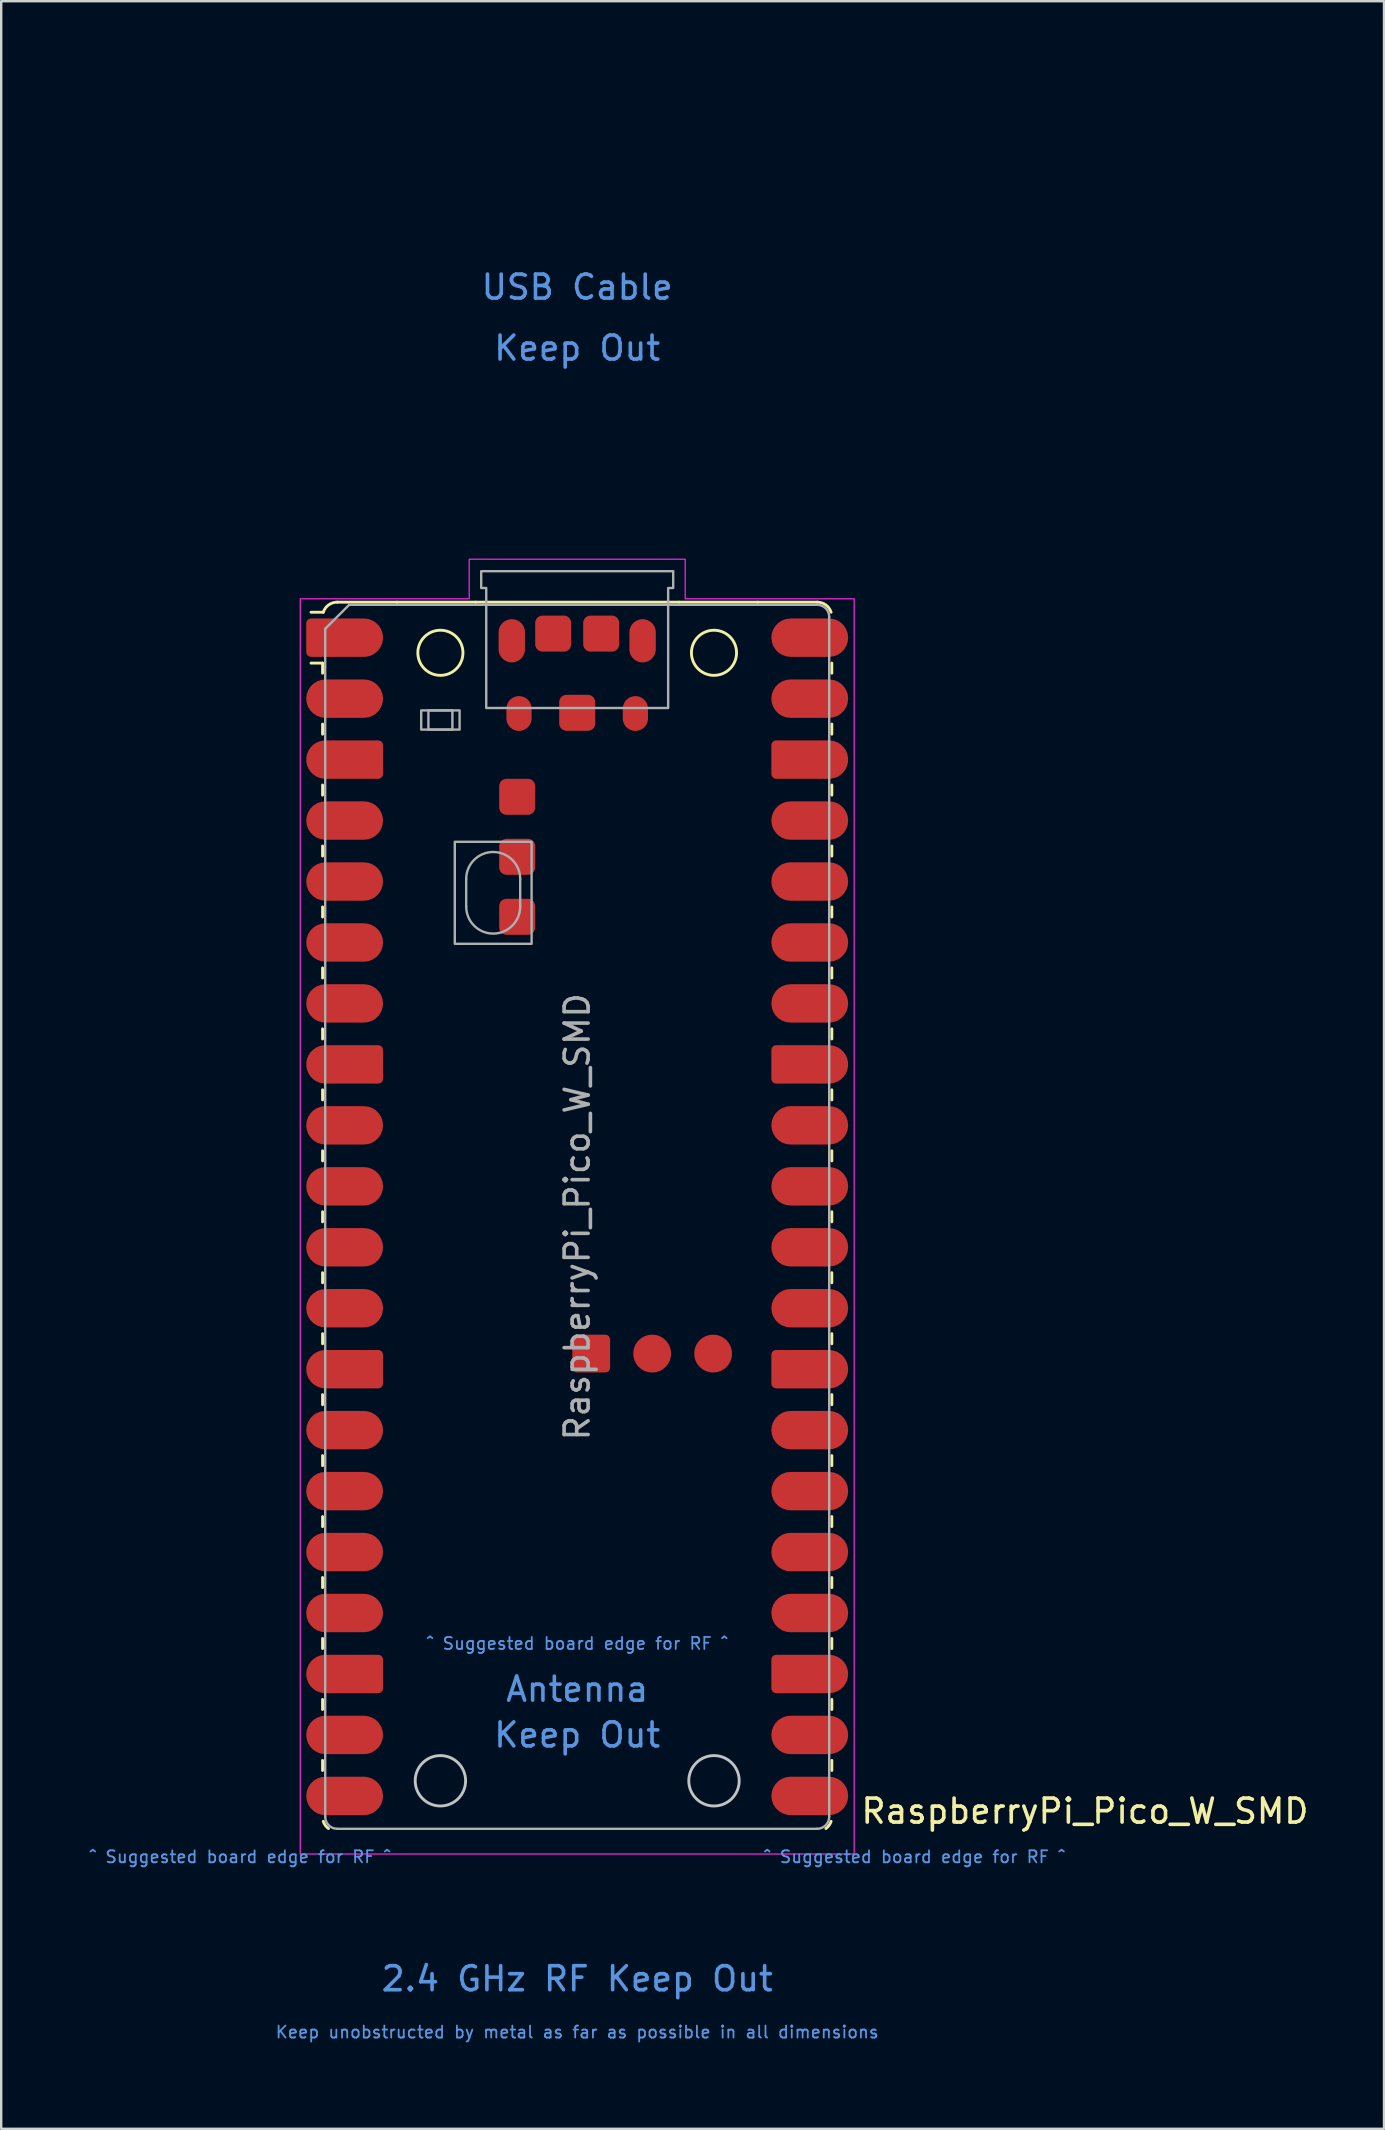
<source format=kicad_pcb>
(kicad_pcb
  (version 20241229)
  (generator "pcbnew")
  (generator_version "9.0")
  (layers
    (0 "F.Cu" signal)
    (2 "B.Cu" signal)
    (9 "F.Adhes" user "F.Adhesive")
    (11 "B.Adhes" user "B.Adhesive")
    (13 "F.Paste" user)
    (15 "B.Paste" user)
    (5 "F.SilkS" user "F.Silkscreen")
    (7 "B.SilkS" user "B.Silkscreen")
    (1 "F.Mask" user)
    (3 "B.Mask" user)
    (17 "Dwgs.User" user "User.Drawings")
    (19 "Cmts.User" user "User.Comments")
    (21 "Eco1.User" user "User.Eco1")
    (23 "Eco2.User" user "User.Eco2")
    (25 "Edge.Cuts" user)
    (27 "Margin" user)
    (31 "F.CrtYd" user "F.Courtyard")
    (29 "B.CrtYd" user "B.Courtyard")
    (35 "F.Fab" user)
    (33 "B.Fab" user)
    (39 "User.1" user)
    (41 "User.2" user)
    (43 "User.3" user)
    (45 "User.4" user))
  (footprint "RaspberryPi_Pico_W_SMD"
    (layer "F.Cu")
    (at 21 47.65)
    (property "Reference" "RaspberryPi_Pico_W_SMD" (at 11.748 24.765 0) (unlocked yes) (layer "F.SilkS") (effects (font (size 1 1) (thickness 0.15)) (justify left)))
    (attr smd)
    (fp_line (start -10.61 -23.07) (end -11.09 -23.07) (stroke (width 0.12) (type solid)) (layer "F.SilkS"))
    (fp_line (start -10.61 -23.07) (end -10.61 -22.65) (stroke (width 0.12) (type solid)) (layer "F.SilkS"))
    (fp_line (start -10.61 -20.53) (end -10.61 -20.11) (stroke (width 0.12) (type solid)) (layer "F.SilkS"))
    (fp_line (start -10.61 -17.99) (end -10.61 -17.57) (stroke (width 0.12) (type solid)) (layer "F.SilkS"))
    (fp_line (start -10.61 -15.45) (end -10.61 -15.03) (stroke (width 0.12) (type solid)) (layer "F.SilkS"))
    (fp_line (start -10.61 -12.91) (end -10.61 -12.49) (stroke (width 0.12) (type solid)) (layer "F.SilkS"))
    (fp_line (start -10.61 -10.37) (end -10.61 -9.95) (stroke (width 0.12) (type solid)) (layer "F.SilkS"))
    (fp_line (start -10.61 -7.83) (end -10.61 -7.41) (stroke (width 0.12) (type solid)) (layer "F.SilkS"))
    (fp_line (start -10.61 -5.29) (end -10.61 -4.87) (stroke (width 0.12) (type solid)) (layer "F.SilkS"))
    (fp_line (start -10.61 -2.75) (end -10.61 -2.33) (stroke (width 0.12) (type solid)) (layer "F.SilkS"))
    (fp_line (start -10.61 -0.21) (end -10.61 0.21) (stroke (width 0.12) (type solid)) (layer "F.SilkS"))
    (fp_line (start -10.61 2.33) (end -10.61 2.75) (stroke (width 0.12) (type solid)) (layer "F.SilkS"))
    (fp_line (start -10.61 4.87) (end -10.61 5.29) (stroke (width 0.12) (type solid)) (layer "F.SilkS"))
    (fp_line (start -10.61 7.41) (end -10.61 7.83) (stroke (width 0.12) (type solid)) (layer "F.SilkS"))
    (fp_line (start -10.61 9.95) (end -10.61 10.37) (stroke (width 0.12) (type solid)) (layer "F.SilkS"))
    (fp_line (start -10.61 12.49) (end -10.61 12.91) (stroke (width 0.12) (type solid)) (layer "F.SilkS"))
    (fp_line (start -10.61 15.03) (end -10.61 15.45) (stroke (width 0.12) (type solid)) (layer "F.SilkS"))
    (fp_line (start -10.61 17.57) (end -10.61 17.99) (stroke (width 0.12) (type solid)) (layer "F.SilkS"))
    (fp_line (start -10.61 20.11) (end -10.61 20.53) (stroke (width 0.12) (type solid)) (layer "F.SilkS"))
    (fp_line (start -10.61 22.65) (end -10.61 23.07) (stroke (width 0.12) (type solid)) (layer "F.SilkS"))
    (fp_line (start -10.58 -25.19) (end -11.09 -25.19) (stroke (width 0.12) (type solid)) (layer "F.SilkS"))
    (fp_line (start -10 -25.61) (end -7.51 -25.61) (stroke (width 0.12) (type solid)) (layer "F.SilkS"))
    (fp_line (start -7.51 -25.61) (end -4.235 -25.61) (stroke (width 0.12) (type solid)) (layer "F.SilkS"))
    (fp_line (start -4.235 -25.61) (end 4.235 -25.61) (stroke (width 0.12) (type solid)) (layer "F.SilkS"))
    (fp_line (start 4.235 -25.61) (end 7.51 -25.61) (stroke (width 0.12) (type solid)) (layer "F.SilkS"))
    (fp_line (start 10 -25.61) (end 7.51 -25.61) (stroke (width 0.12) (type solid)) (layer "F.SilkS"))
    (fp_line (start 10.61 -23.07) (end 10.61 -22.65) (stroke (width 0.12) (type solid)) (layer "F.SilkS"))
    (fp_line (start 10.61 -20.53) (end 10.61 -20.11) (stroke (width 0.12) (type solid)) (layer "F.SilkS"))
    (fp_line (start 10.61 -17.99) (end 10.61 -17.57) (stroke (width 0.12) (type solid)) (layer "F.SilkS"))
    (fp_line (start 10.61 -15.45) (end 10.61 -15.03) (stroke (width 0.12) (type solid)) (layer "F.SilkS"))
    (fp_line (start 10.61 -12.91) (end 10.61 -12.49) (stroke (width 0.12) (type solid)) (layer "F.SilkS"))
    (fp_line (start 10.61 -10.37) (end 10.61 -9.95) (stroke (width 0.12) (type solid)) (layer "F.SilkS"))
    (fp_line (start 10.61 -7.83) (end 10.61 -7.41) (stroke (width 0.12) (type solid)) (layer "F.SilkS"))
    (fp_line (start 10.61 -5.29) (end 10.61 -4.87) (stroke (width 0.12) (type solid)) (layer "F.SilkS"))
    (fp_line (start 10.61 -2.75) (end 10.61 -2.33) (stroke (width 0.12) (type solid)) (layer "F.SilkS"))
    (fp_line (start 10.61 -0.21) (end 10.61 0.21) (stroke (width 0.12) (type solid)) (layer "F.SilkS"))
    (fp_line (start 10.61 2.33) (end 10.61 2.75) (stroke (width 0.12) (type solid)) (layer "F.SilkS"))
    (fp_line (start 10.61 4.87) (end 10.61 5.29) (stroke (width 0.12) (type solid)) (layer "F.SilkS"))
    (fp_line (start 10.61 7.41) (end 10.61 7.83) (stroke (width 0.12) (type solid)) (layer "F.SilkS"))
    (fp_line (start 10.61 9.95) (end 10.61 10.37) (stroke (width 0.12) (type solid)) (layer "F.SilkS"))
    (fp_line (start 10.61 12.49) (end 10.61 12.91) (stroke (width 0.12) (type solid)) (layer "F.SilkS"))
    (fp_line (start 10.61 15.03) (end 10.61 15.45) (stroke (width 0.12) (type solid)) (layer "F.SilkS"))
    (fp_line (start 10.61 17.57) (end 10.61 17.99) (stroke (width 0.12) (type solid)) (layer "F.SilkS"))
    (fp_line (start 10.61 20.11) (end 10.61 20.53) (stroke (width 0.12) (type solid)) (layer "F.SilkS"))
    (fp_line (start 10.61 22.65) (end 10.61 23.07) (stroke (width 0.12) (type solid)) (layer "F.SilkS"))
    (fp_arc (start -10.579676 -25.19) (mid -10.357938 -25.493944) (end -10 -25.61) (stroke (width 0.12) (type solid)) (layer "F.SilkS"))
    (fp_arc (start -10.363318 25.49) (mid -10.494791 25.356765) (end -10.579676 25.189937) (stroke (width 0.12) (type solid)) (layer "F.SilkS"))
    (fp_arc (start 10 -25.61) (mid 10.357937 -25.493944) (end 10.579676 -25.189937) (stroke (width 0.12) (type solid)) (layer "F.SilkS"))
    (fp_arc (start 10.579676 25.189937) (mid 10.494803 25.356773) (end 10.363318 25.49) (stroke (width 0.12) (type solid)) (layer "F.SilkS"))
    (fp_circle (center -5.7 -23.5) (end -4.76 -23.5) (stroke (width 0.12) (type solid)) (fill no) (layer "F.SilkS"))
    (fp_circle (center 5.7 -23.5) (end 6.64 -23.5) (stroke (width 0.12) (type solid)) (fill no) (layer "F.SilkS"))
    (fp_circle (center -5.7 23.5) (end -4.65 23.5) (stroke (width 0.12) (type solid)) (fill no) (layer "Dwgs.User"))
    (fp_circle (center 5.7 23.5) (end 6.75 23.5) (stroke (width 0.12) (type solid)) (fill no) (layer "Dwgs.User"))
    (fp_poly (pts (xy -4.5 -27.4) (xy 4.5 -27.4) (xy 4.5 -25.75) (xy 11.54 -25.75) (xy 11.54 26.55) (xy -11.54 26.55) (xy -11.54 -25.75) (xy -4.5 -25.75)) (stroke (width 0.05) (type solid)) (fill no) (layer "F.CrtYd"))
    (fp_line (start -10.5 -24.5) (end -9.5 -25.5) (stroke (width 0.1) (type solid)) (layer "F.Fab"))
    (fp_line (start -10.5 25) (end -10.5 -24.5) (stroke (width 0.1) (type solid)) (layer "F.Fab"))
    (fp_line (start -9.5 -25.5) (end 10 -25.5) (stroke (width 0.1) (type solid)) (layer "F.Fab"))
    (fp_line (start -4.625 -14.075) (end -4.625 -12.925) (stroke (width 0.1) (type solid)) (layer "F.Fab"))
    (fp_line (start -2.375 -14.075) (end -2.375 -12.925) (stroke (width 0.1) (type solid)) (layer "F.Fab"))
    (fp_line (start 10 25.5) (end -10 25.5) (stroke (width 0.1) (type solid)) (layer "F.Fab"))
    (fp_line (start 10.5 -25) (end 10.5 25) (stroke (width 0.1) (type solid)) (layer "F.Fab"))
    (fp_rect (start -6.5 -21.1) (end -4.9 -20.3) (stroke (width 0.1) (type solid)) (fill no) (layer "F.Fab"))
    (fp_rect (start -6.2 -21.1) (end -5.2 -20.3) (stroke (width 0.1) (type solid)) (fill no) (layer "F.Fab"))
    (fp_rect (start -5.1 -15.625) (end -1.9 -11.375) (stroke (width 0.1) (type solid)) (fill no) (layer "F.Fab"))
    (fp_arc (start -10 25.5) (mid -10.353553 25.353553) (end -10.5 25) (stroke (width 0.1) (type solid)) (layer "F.Fab"))
    (fp_arc (start -4.625 -14.075) (mid -3.5 -15.2) (end -2.375 -14.075) (stroke (width 0.1) (type solid)) (layer "F.Fab"))
    (fp_arc (start -2.375 -12.925) (mid -3.5 -11.8) (end -4.625 -12.925) (stroke (width 0.1) (type solid)) (layer "F.Fab"))
    (fp_arc (start 10 -25.5) (mid 10.353553 -25.353553) (end 10.5 -25) (stroke (width 0.1) (type solid)) (layer "F.Fab"))
    (fp_arc (start 10.5 25) (mid 10.353553 25.353553) (end 10 25.5) (stroke (width 0.1) (type solid)) (layer "F.Fab"))
    (fp_poly (pts (xy 3.79 -21.2) (xy 3.79 -26.2) (xy 4 -26.2) (xy 4 -26.9) (xy -4 -26.9) (xy -4 -26.2) (xy -3.79 -26.2) (xy -3.79 -21.2)) (stroke (width 0.1) (type solid)) (fill no) (layer "F.Fab"))
    (fp_text user "USB Cable" (at 0 -38.735 0) (unlocked yes) (layer "Cmts.User") (effects (font (size 1 1) (thickness 0.15))))
    (fp_text user "Antenna" (at 0 19.685 0) (unlocked yes) (layer "Cmts.User") (effects (font (size 1 1) (thickness 0.15))))
    (fp_text user "^ Suggested board edge for RF ^" (at 0 17.78 0) (unlocked yes) (layer "Cmts.User") (effects (font (size 0.5 0.5) (thickness 0.075))))
    (fp_text user "^ Suggested board edge for RF ^" (at -14.05 26.67 0) (unlocked yes) (layer "Cmts.User") (effects (font (size 0.5 0.5) (thickness 0.075))))
    (fp_text user "2.4 GHz RF Keep Out" (at 0 31.75 0) (unlocked yes) (layer "Cmts.User") (effects (font (size 1 1) (thickness 0.15))))
    (fp_text user "Keep Out" (at 0 21.59 0) (unlocked yes) (layer "Cmts.User") (effects (font (size 1 1) (thickness 0.15))))
    (fp_text user "^ Suggested board edge for RF ^" (at 14.05 26.67 0) (unlocked yes) (layer "Cmts.User") (effects (font (size 0.5 0.5) (thickness 0.075))))
    (fp_text user "Keep unobstructed by metal as far as possible in all dimensions" (at 0 33.972 0) (unlocked yes) (layer "Cmts.User") (effects (font (size 0.5 0.5) (thickness 0.075))))
    (fp_text user "Keep Out" (at 0 -36.195 0) (unlocked yes) (layer "Cmts.User") (effects (font (size 1 1) (thickness 0.15))))
    (fp_text user "${REFERENCE}" (at 0 0 90) (layer "F.Fab") (effects (font (size 1 1) (thickness 0.15))))
    (pad "" smd oval (at -2.725 -24) (size 1.1 1.8) (layers "F.Cu" "F.Mask" "F.Paste"))
    (pad "" smd oval (at -2.425 -20.97) (size 1.05 1.45) (layers "F.Cu" "F.Mask" "F.Paste"))
    (pad "" smd oval (at 2.425 -20.97) (size 1.05 1.45) (layers "F.Cu" "F.Mask" "F.Paste"))
    (pad "" smd oval (at 2.725 -24) (size 1.1 1.8) (layers "F.Cu" "F.Mask" "F.Paste"))
    (pad "1" smd custom (at -8.89 -24.13) (size 1.6 1.6) (layers "F.Cu" "F.Mask" "F.Paste") (options (anchor circle)) (primitives (gr_poly (pts (xy -2.4 0.6) (xy -2.4 -0.6) (xy -2.2 -0.8) (xy 0 -0.8) (xy 0 0.8) (xy -2.2 0.8)) (width 0) (fill yes)) (gr_circle (center -2.2 0.6) (end -2 0.6) (width 0) (fill yes)) (gr_circle (center -2.2 -0.6) (end -2 -0.6) (width 0) (fill yes))))
    (pad "2" smd roundrect (at -8.89 -21.59) (size 3.2 1.6) (drill (offset -0.8 0)) (layers "F.Cu" "F.Mask" "F.Paste") (roundrect_rratio 0.5))
    (pad "3" smd custom (at -8.89 -19.05) (size 1.6 1.6) (layers "F.Cu" "F.Mask" "F.Paste") (options (anchor circle)) (primitives (gr_poly (pts (xy 0.8 -0.6) (xy 0.8 0.6) (xy 0.6 0.8) (xy -1.6 0.8) (xy -1.6 -0.8) (xy 0.6 -0.8)) (width 0) (fill yes)) (gr_circle (center 0.6 0.6) (end 0.8 0.6) (width 0) (fill yes)) (gr_circle (center 0.6 -0.6) (end 0.8 -0.6) (width 0) (fill yes)) (gr_circle (center -1.6 0) (end -0.8 0) (width 0) (fill yes))))
    (pad "4" smd roundrect (at -8.89 -16.51) (size 3.2 1.6) (drill (offset -0.8 0)) (layers "F.Cu" "F.Mask" "F.Paste") (roundrect_rratio 0.5))
    (pad "5" smd roundrect (at -8.89 -13.97) (size 3.2 1.6) (drill (offset -0.8 0)) (layers "F.Cu" "F.Mask" "F.Paste") (roundrect_rratio 0.5))
    (pad "6" smd roundrect (at -8.89 -11.43) (size 3.2 1.6) (drill (offset -0.8 0)) (layers "F.Cu" "F.Mask" "F.Paste") (roundrect_rratio 0.5))
    (pad "7" smd roundrect (at -8.89 -8.89) (size 3.2 1.6) (drill (offset -0.8 0)) (layers "F.Cu" "F.Mask" "F.Paste") (roundrect_rratio 0.5))
    (pad "8" smd custom (at -8.89 -6.35) (size 1.6 1.6) (layers "F.Cu" "F.Mask" "F.Paste") (options (anchor circle)) (primitives (gr_poly (pts (xy 0.8 -0.6) (xy 0.8 0.6) (xy 0.6 0.8) (xy -1.6 0.8) (xy -1.6 -0.8) (xy 0.6 -0.8)) (width 0) (fill yes)) (gr_circle (center 0.6 0.6) (end 0.8 0.6) (width 0) (fill yes)) (gr_circle (center 0.6 -0.6) (end 0.8 -0.6) (width 0) (fill yes)) (gr_circle (center -1.6 0) (end -0.8 0) (width 0) (fill yes))))
    (pad "9" smd roundrect (at -8.89 -3.81) (size 3.2 1.6) (drill (offset -0.8 0)) (layers "F.Cu" "F.Mask" "F.Paste") (roundrect_rratio 0.5))
    (pad "10" smd roundrect (at -8.89 -1.27) (size 3.2 1.6) (drill (offset -0.8 0)) (layers "F.Cu" "F.Mask" "F.Paste") (roundrect_rratio 0.5))
    (pad "11" smd roundrect (at -8.89 1.27) (size 3.2 1.6) (drill (offset -0.8 0)) (layers "F.Cu" "F.Mask" "F.Paste") (roundrect_rratio 0.5))
    (pad "12" smd roundrect (at -8.89 3.81) (size 3.2 1.6) (drill (offset -0.8 0)) (layers "F.Cu" "F.Mask" "F.Paste") (roundrect_rratio 0.5))
    (pad "13" smd custom (at -8.89 6.35) (size 1.6 1.6) (layers "F.Cu" "F.Mask" "F.Paste") (options (anchor circle)) (primitives (gr_poly (pts (xy 0.8 -0.6) (xy 0.8 0.6) (xy 0.6 0.8) (xy -1.6 0.8) (xy -1.6 -0.8) (xy 0.6 -0.8)) (width 0) (fill yes)) (gr_circle (center 0.6 0.6) (end 0.8 0.6) (width 0) (fill yes)) (gr_circle (center 0.6 -0.6) (end 0.8 -0.6) (width 0) (fill yes)) (gr_circle (center -1.6 0) (end -0.8 0) (width 0) (fill yes))))
    (pad "14" smd roundrect (at -8.89 8.89) (size 3.2 1.6) (drill (offset -0.8 0)) (layers "F.Cu" "F.Mask" "F.Paste") (roundrect_rratio 0.5))
    (pad "15" smd roundrect (at -8.89 11.43) (size 3.2 1.6) (drill (offset -0.8 0)) (layers "F.Cu" "F.Mask" "F.Paste") (roundrect_rratio 0.5))
    (pad "16" smd roundrect (at -8.89 13.97) (size 3.2 1.6) (drill (offset -0.8 0)) (layers "F.Cu" "F.Mask" "F.Paste") (roundrect_rratio 0.5))
    (pad "17" smd roundrect (at -8.89 16.51) (size 3.2 1.6) (drill (offset -0.8 0)) (layers "F.Cu" "F.Mask" "F.Paste") (roundrect_rratio 0.5))
    (pad "18" smd custom (at -8.89 19.05) (size 1.6 1.6) (layers "F.Cu" "F.Mask" "F.Paste") (options (anchor circle)) (primitives (gr_poly (pts (xy 0.8 -0.6) (xy 0.8 0.6) (xy 0.6 0.8) (xy -1.6 0.8) (xy -1.6 -0.8) (xy 0.6 -0.8)) (width 0) (fill yes)) (gr_circle (center 0.6 0.6) (end 0.8 0.6) (width 0) (fill yes)) (gr_circle (center 0.6 -0.6) (end 0.8 -0.6) (width 0) (fill yes)) (gr_circle (center -1.6 0) (end -0.8 0) (width 0) (fill yes))))
    (pad "19" smd roundrect (at -8.89 21.59) (size 3.2 1.6) (drill (offset -0.8 0)) (layers "F.Cu" "F.Mask" "F.Paste") (roundrect_rratio 0.5))
    (pad "20" smd roundrect (at -8.89 24.13) (size 3.2 1.6) (drill (offset -0.8 0)) (layers "F.Cu" "F.Mask" "F.Paste") (roundrect_rratio 0.5))
    (pad "21" smd roundrect (at 8.89 24.13) (size 3.2 1.6) (drill (offset 0.8 0)) (layers "F.Cu" "F.Mask" "F.Paste") (roundrect_rratio 0.5))
    (pad "22" smd roundrect (at 8.89 21.59) (size 3.2 1.6) (drill (offset 0.8 0)) (layers "F.Cu" "F.Mask" "F.Paste") (roundrect_rratio 0.5))
    (pad "23" smd custom (at 8.89 19.05) (size 1.6 1.6) (layers "F.Cu" "F.Mask" "F.Paste") (options (anchor circle)) (primitives (gr_poly (pts (xy -0.8 -0.6) (xy -0.8 0.6) (xy -0.6 0.8) (xy 1.6 0.8) (xy 1.6 -0.8) (xy -0.6 -0.8)) (width 0) (fill yes)) (gr_circle (center -0.6 0.6) (end -0.4 0.6) (width 0) (fill yes)) (gr_circle (center -0.6 -0.6) (end -0.4 -0.6) (width 0) (fill yes)) (gr_circle (center 1.6 0) (end 2.4 0) (width 0) (fill yes))))
    (pad "24" smd roundrect (at 8.89 16.51) (size 3.2 1.6) (drill (offset 0.8 0)) (layers "F.Cu" "F.Mask" "F.Paste") (roundrect_rratio 0.5))
    (pad "25" smd roundrect (at 8.89 13.97) (size 3.2 1.6) (drill (offset 0.8 0)) (layers "F.Cu" "F.Mask" "F.Paste") (roundrect_rratio 0.5))
    (pad "26" smd roundrect (at 8.89 11.43) (size 3.2 1.6) (drill (offset 0.8 0)) (layers "F.Cu" "F.Mask" "F.Paste") (roundrect_rratio 0.5))
    (pad "27" smd roundrect (at 8.89 8.89) (size 3.2 1.6) (drill (offset 0.8 0)) (layers "F.Cu" "F.Mask" "F.Paste") (roundrect_rratio 0.5))
    (pad "28" smd custom (at 8.89 6.35) (size 1.6 1.6) (layers "F.Cu" "F.Mask" "F.Paste") (options (anchor circle)) (primitives (gr_poly (pts (xy -0.8 -0.6) (xy -0.8 0.6) (xy -0.6 0.8) (xy 1.6 0.8) (xy 1.6 -0.8) (xy -0.6 -0.8)) (width 0) (fill yes)) (gr_circle (center -0.6 0.6) (end -0.4 0.6) (width 0) (fill yes)) (gr_circle (center -0.6 -0.6) (end -0.4 -0.6) (width 0) (fill yes)) (gr_circle (center 1.6 0) (end 2.4 0) (width 0) (fill yes))))
    (pad "29" smd roundrect (at 8.89 3.81) (size 3.2 1.6) (drill (offset 0.8 0)) (layers "F.Cu" "F.Mask" "F.Paste") (roundrect_rratio 0.5))
    (pad "30" smd roundrect (at 8.89 1.27) (size 3.2 1.6) (drill (offset 0.8 0)) (layers "F.Cu" "F.Mask" "F.Paste") (roundrect_rratio 0.5))
    (pad "31" smd roundrect (at 8.89 -1.27) (size 3.2 1.6) (drill (offset 0.8 0)) (layers "F.Cu" "F.Mask" "F.Paste") (roundrect_rratio 0.5))
    (pad "32" smd roundrect (at 8.89 -3.81) (size 3.2 1.6) (drill (offset 0.8 0)) (layers "F.Cu" "F.Mask" "F.Paste") (roundrect_rratio 0.5))
    (pad "33" smd custom (at 8.89 -6.35) (size 1.6 1.6) (layers "F.Cu" "F.Mask" "F.Paste") (options (anchor circle)) (primitives (gr_poly (pts (xy -0.8 -0.6) (xy -0.8 0.6) (xy -0.6 0.8) (xy 1.6 0.8) (xy 1.6 -0.8) (xy -0.6 -0.8)) (width 0) (fill yes)) (gr_circle (center -0.6 0.6) (end -0.4 0.6) (width 0) (fill yes)) (gr_circle (center -0.6 -0.6) (end -0.4 -0.6) (width 0) (fill yes)) (gr_circle (center 1.6 0) (end 2.4 0) (width 0) (fill yes))))
    (pad "34" smd roundrect (at 8.89 -8.89) (size 3.2 1.6) (drill (offset 0.8 0)) (layers "F.Cu" "F.Mask" "F.Paste") (roundrect_rratio 0.5))
    (pad "35" smd roundrect (at 8.89 -11.43) (size 3.2 1.6) (drill (offset 0.8 0)) (layers "F.Cu" "F.Mask" "F.Paste") (roundrect_rratio 0.5))
    (pad "36" smd roundrect (at 8.89 -13.97) (size 3.2 1.6) (drill (offset 0.8 0)) (layers "F.Cu" "F.Mask" "F.Paste") (roundrect_rratio 0.5))
    (pad "37" smd roundrect (at 8.89 -16.51) (size 3.2 1.6) (drill (offset 0.8 0)) (layers "F.Cu" "F.Mask" "F.Paste") (roundrect_rratio 0.5))
    (pad "38" smd custom (at 8.89 -19.05) (size 1.6 1.6) (layers "F.Cu" "F.Mask" "F.Paste") (options (anchor circle)) (primitives (gr_poly (pts (xy -0.8 -0.6) (xy -0.8 0.6) (xy -0.6 0.8) (xy 1.6 0.8) (xy 1.6 -0.8) (xy -0.6 -0.8)) (width 0) (fill yes)) (gr_circle (center -0.6 0.6) (end -0.4 0.6) (width 0) (fill yes)) (gr_circle (center -0.6 -0.6) (end -0.4 -0.6) (width 0) (fill yes)) (gr_circle (center 1.6 0) (end 2.4 0) (width 0) (fill yes))))
    (pad "39" smd roundrect (at 8.89 -21.59) (size 3.2 1.6) (drill (offset 0.8 0)) (layers "F.Cu" "F.Mask" "F.Paste") (roundrect_rratio 0.5))
    (pad "40" smd roundrect (at 8.89 -24.13) (size 3.2 1.6) (drill (offset 0.8 0)) (layers "F.Cu" "F.Mask" "F.Paste") (roundrect_rratio 0.5))
    (pad "D1" smd roundrect (at 0.584 5.7) (size 1.575 1.575) (layers "F.Cu" "F.Mask" "F.Paste") (roundrect_rratio 0.127))
    (pad "D2" smd circle (at 3.124 5.7) (size 1.575 1.575) (layers "F.Cu" "F.Mask" "F.Paste"))
    (pad "D3" smd circle (at 5.664 5.7) (size 1.575 1.575) (layers "F.Cu" "F.Mask" "F.Paste"))
    (pad "TP1" smd roundrect (at 0 -21) (size 1.5 1.5) (layers "F.Cu" "F.Mask" "F.Paste") (roundrect_rratio 0.2))
    (pad "TP2" smd roundrect (at 1 -24.3) (size 1.5 1.5) (layers "F.Cu" "F.Mask" "F.Paste") (roundrect_rratio 0.2))
    (pad "TP3" smd roundrect (at -1 -24.3) (size 1.5 1.5) (layers "F.Cu" "F.Mask" "F.Paste") (roundrect_rratio 0.2))
    (pad "TP4" smd roundrect (at -2.5 -17.5) (size 1.5 1.5) (layers "F.Cu" "F.Mask" "F.Paste") (roundrect_rratio 0.2))
    (pad "TP5" smd roundrect (at -2.5 -15) (size 1.5 1.5) (layers "F.Cu" "F.Mask" "F.Paste") (roundrect_rratio 0.2))
    (pad "TP6" smd roundrect (at -2.5 -12.5) (size 1.5 1.5) (layers "F.Cu" "F.Mask" "F.Paste") (roundrect_rratio 0.2))
    (zone (net_name "") (layers "F.Cu" "B.Cu" "F.Paste" "B.Paste") (name "RF Copper Keep Out") (hatch full 0.5) (connect_pads) (min_thickness 0.254) (filled_areas_thickness no) (keepout (tracks not_allowed) (vias not_allowed) (pads not_allowed) (copperpour not_allowed) (footprints not_allowed)) (placement (enabled no)) (fill) (polygon (pts (xy 0 72.65) (xy 42 72.65) (xy 42 82.65) (xy 0 82.65))))
    (zone (net_name "") (layers "F.Cu" "B.Cu" "F.Paste" "B.Paste") (name "Antenna Copper Keep Out") (hatch full 0.5) (connect_pads) (min_thickness 0.254) (filled_areas_thickness no) (keepout (tracks not_allowed) (vias not_allowed) (pads not_allowed) (copperpour not_allowed) (footprints not_allowed)) (placement (enabled no)) (fill) (polygon (pts (xy 18.6 72.64) (xy 13.9 68.99) (xy 13.9 64.65) (xy 28.1 64.65) (xy 28.1 68.99) (xy 23.4 72.64) (xy 23.4 72.65) (xy 18.6 72.65))))
    (zone (net_name "") (layer "Edge.Cuts") (name "Board Keep Out USB Cable") (hatch edge 0.5) (connect_pads) (min_thickness 0.254) (filled_areas_thickness no) (keepout (tracks allowed) (vias allowed) (pads allowed) (copperpour allowed) (footprints allowed)) (placement (enabled no)) (fill) (polygon (pts (xy 14.8 0) (xy 27.2 0) (xy 27.2 20.4) (xy 14.8 20.4))))
    (zone (net_name "") (layer "Edge.Cuts") (name "Board Keep Out Suggestion RF") (hatch edge 0.5) (connect_pads) (min_thickness 0.254) (filled_areas_thickness no) (keepout (tracks allowed) (vias allowed) (pads allowed) (copperpour allowed) (footprints allowed)) (placement (enabled no)) (fill) (polygon (pts (xy 28.1 73.65) (xy 42 73.65) (xy 42 82.65) (xy 0 82.65) (xy 0 73.65) (xy 13.9 73.65) (xy 13.9 64.65) (xy 28.1 64.65))))
    (zone (net_name "") (layer "F.CrtYd") (name "USB Cable Keep Out") (hatch full 0.5) (connect_pads) (min_thickness 0.254) (filled_areas_thickness no) (keepout (tracks allowed) (vias allowed) (pads allowed) (copperpour allowed) (footprints not_allowed)) (placement (enabled no)) (fill) (polygon (pts (xy 15.25 19.95) (xy 17.06 19.95) (xy 17.06 20.25) (xy 24.94 20.25) (xy 24.94 19.95) (xy 26.75 19.95) (xy 26.75 0.45) (xy 15.25 0.45)))))
  (gr_rect
    (start -3 -3)
    (end 54.617 85.65)
    (stroke (width 0.1) (type default))
    (fill no)
    (layer "Edge.Cuts")))
</source>
